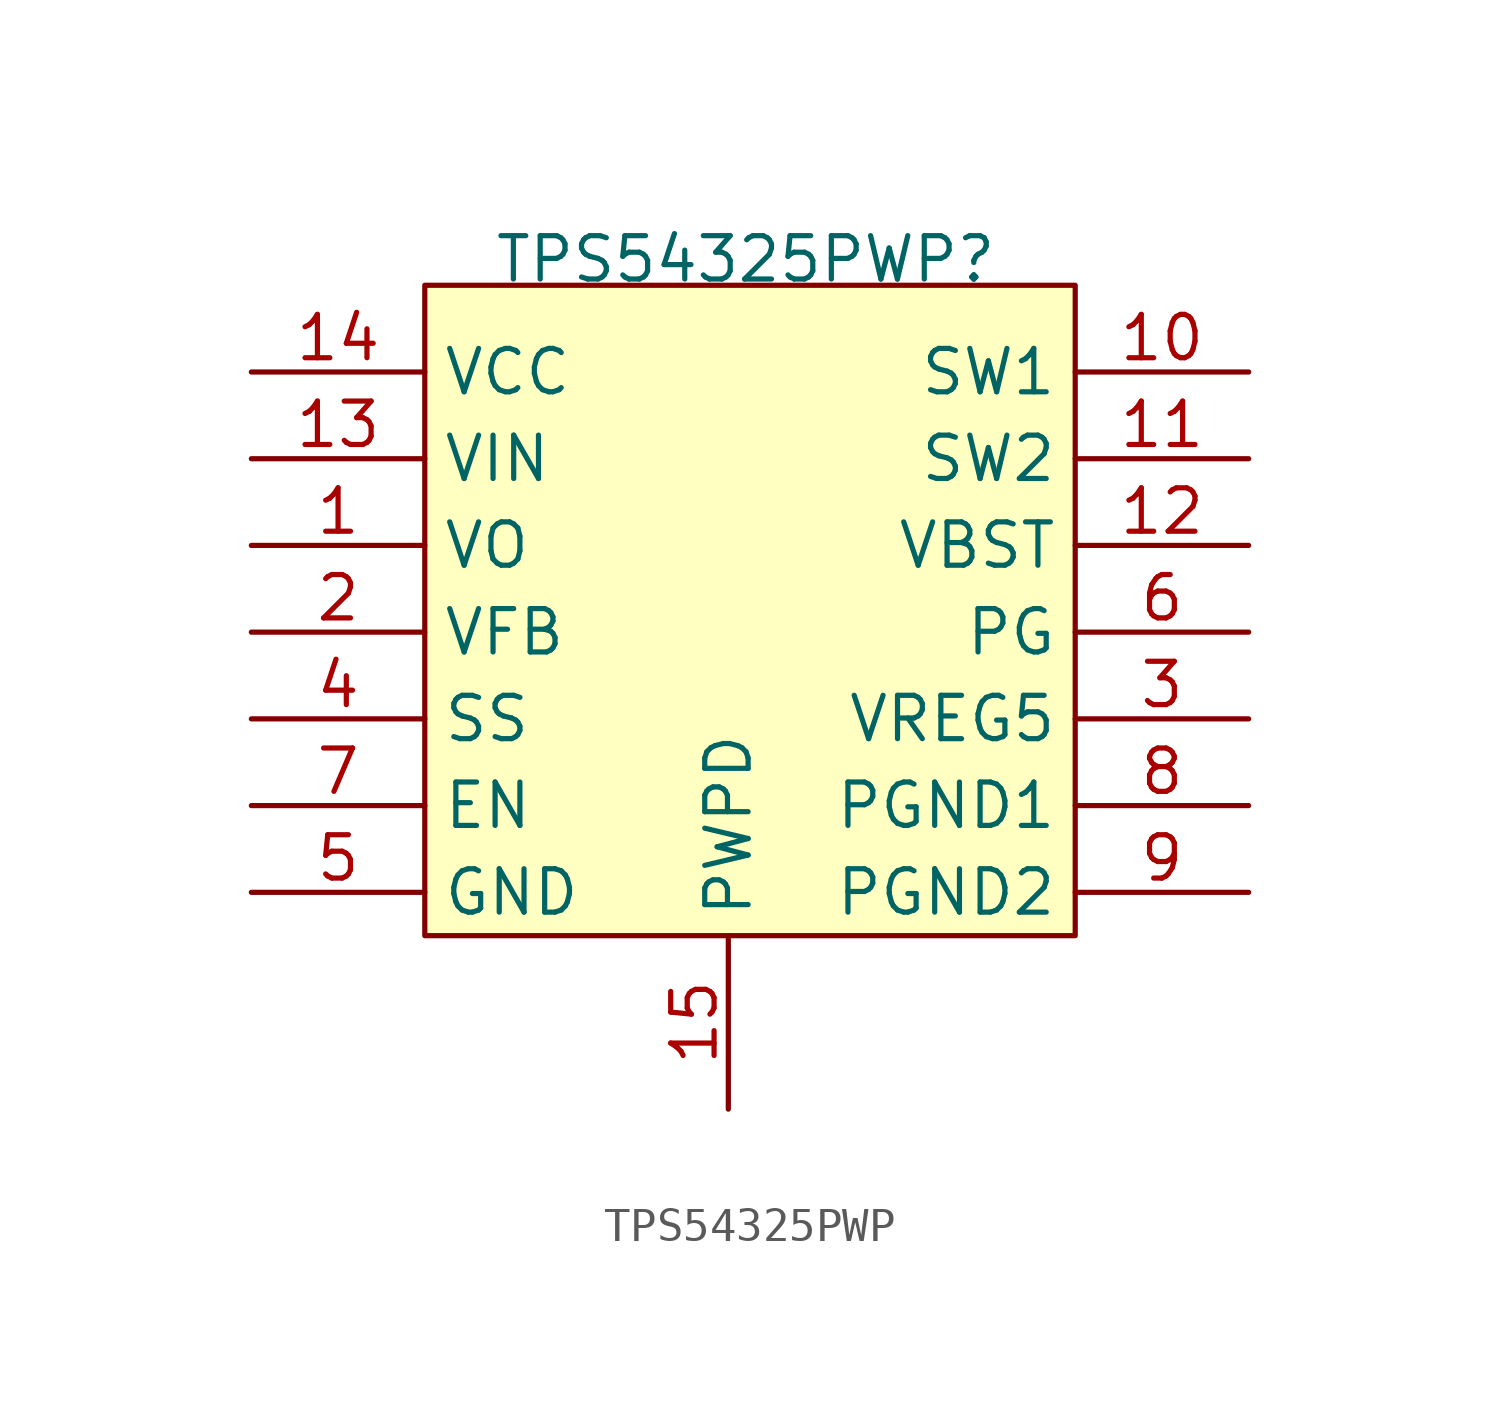
<source format=kicad_sym>
(kicad_symbol_lib
  (version 20241209)
  (generator "kicad_symbol_editor")
  (generator_version "9.0")
  (symbol "TPS54325PWP"
    (property "Reference" "TPS54325PWP"
      (at 9.398 0.762 0)
      (effects (font (size 1.27 1.27))))
    (property "Value" ""
      (at 0 0 0)
      (effects (font (size 1.27 1.27))))
    (symbol "TPS54325PWP_1_1"
      (rectangle (start 0 0) (end 19.05 -19.05) (stroke (width 0) (type solid)) (fill (type background)))
      (pin input line (at -5.08 -2.54 0) (length 5.08) (name "VCC" (effects (font (size 1.27 1.27)))) (number "14" (effects (font (size 1.27 1.27)))))
      (pin input line (at -5.08 -5.08 0) (length 5.08) (name "VIN" (effects (font (size 1.27 1.27)))) (number "13" (effects (font (size 1.27 1.27)))))
      (pin input line (at -5.08 -7.62 0) (length 5.08) (name "VO" (effects (font (size 1.27 1.27)))) (number "1" (effects (font (size 1.27 1.27)))))
      (pin input line (at -5.08 -10.16 0) (length 5.08) (name "VFB" (effects (font (size 1.27 1.27)))) (number "2" (effects (font (size 1.27 1.27)))))
      (pin input line (at -5.08 -12.7 0) (length 5.08) (name "SS" (effects (font (size 1.27 1.27)))) (number "4" (effects (font (size 1.27 1.27)))))
      (pin input line (at -5.08 -15.24 0) (length 5.08) (name "EN" (effects (font (size 1.27 1.27)))) (number "7" (effects (font (size 1.27 1.27)))))
      (pin free line (at -5.08 -17.78 0) (length 5.08) (name "GND" (effects (font (size 1.27 1.27)))) (number "5" (effects (font (size 1.27 1.27)))))
      (pin free line (at 8.89 -24.13 90) (length 5.08) (name "PWPD" (effects (font (size 1.27 1.27)))) (number "15" (effects (font (size 1.27 1.27)))))
      (pin output line (at 24.13 -2.54 180) (length 5.08) (name "SW1" (effects (font (size 1.27 1.27)))) (number "10" (effects (font (size 1.27 1.27)))))
      (pin output line (at 24.13 -5.08 180) (length 5.08) (name "SW2" (effects (font (size 1.27 1.27)))) (number "11" (effects (font (size 1.27 1.27)))))
      (pin output line (at 24.13 -7.62 180) (length 5.08) (name "VBST" (effects (font (size 1.27 1.27)))) (number "12" (effects (font (size 1.27 1.27)))))
      (pin output line (at 24.13 -10.16 180) (length 5.08) (name "PG" (effects (font (size 1.27 1.27)))) (number "6" (effects (font (size 1.27 1.27)))))
      (pin output line (at 24.13 -12.7 180) (length 5.08) (name "VREG5" (effects (font (size 1.27 1.27)))) (number "3" (effects (font (size 1.27 1.27)))))
      (pin free line (at 24.13 -15.24 180) (length 5.08) (name "PGND1" (effects (font (size 1.27 1.27)))) (number "8" (effects (font (size 1.27 1.27)))))
      (pin free line (at 24.13 -17.78 180) (length 5.08) (name "PGND2" (effects (font (size 1.27 1.27)))) (number "9" (effects (font (size 1.27 1.27))))))))
</source>
